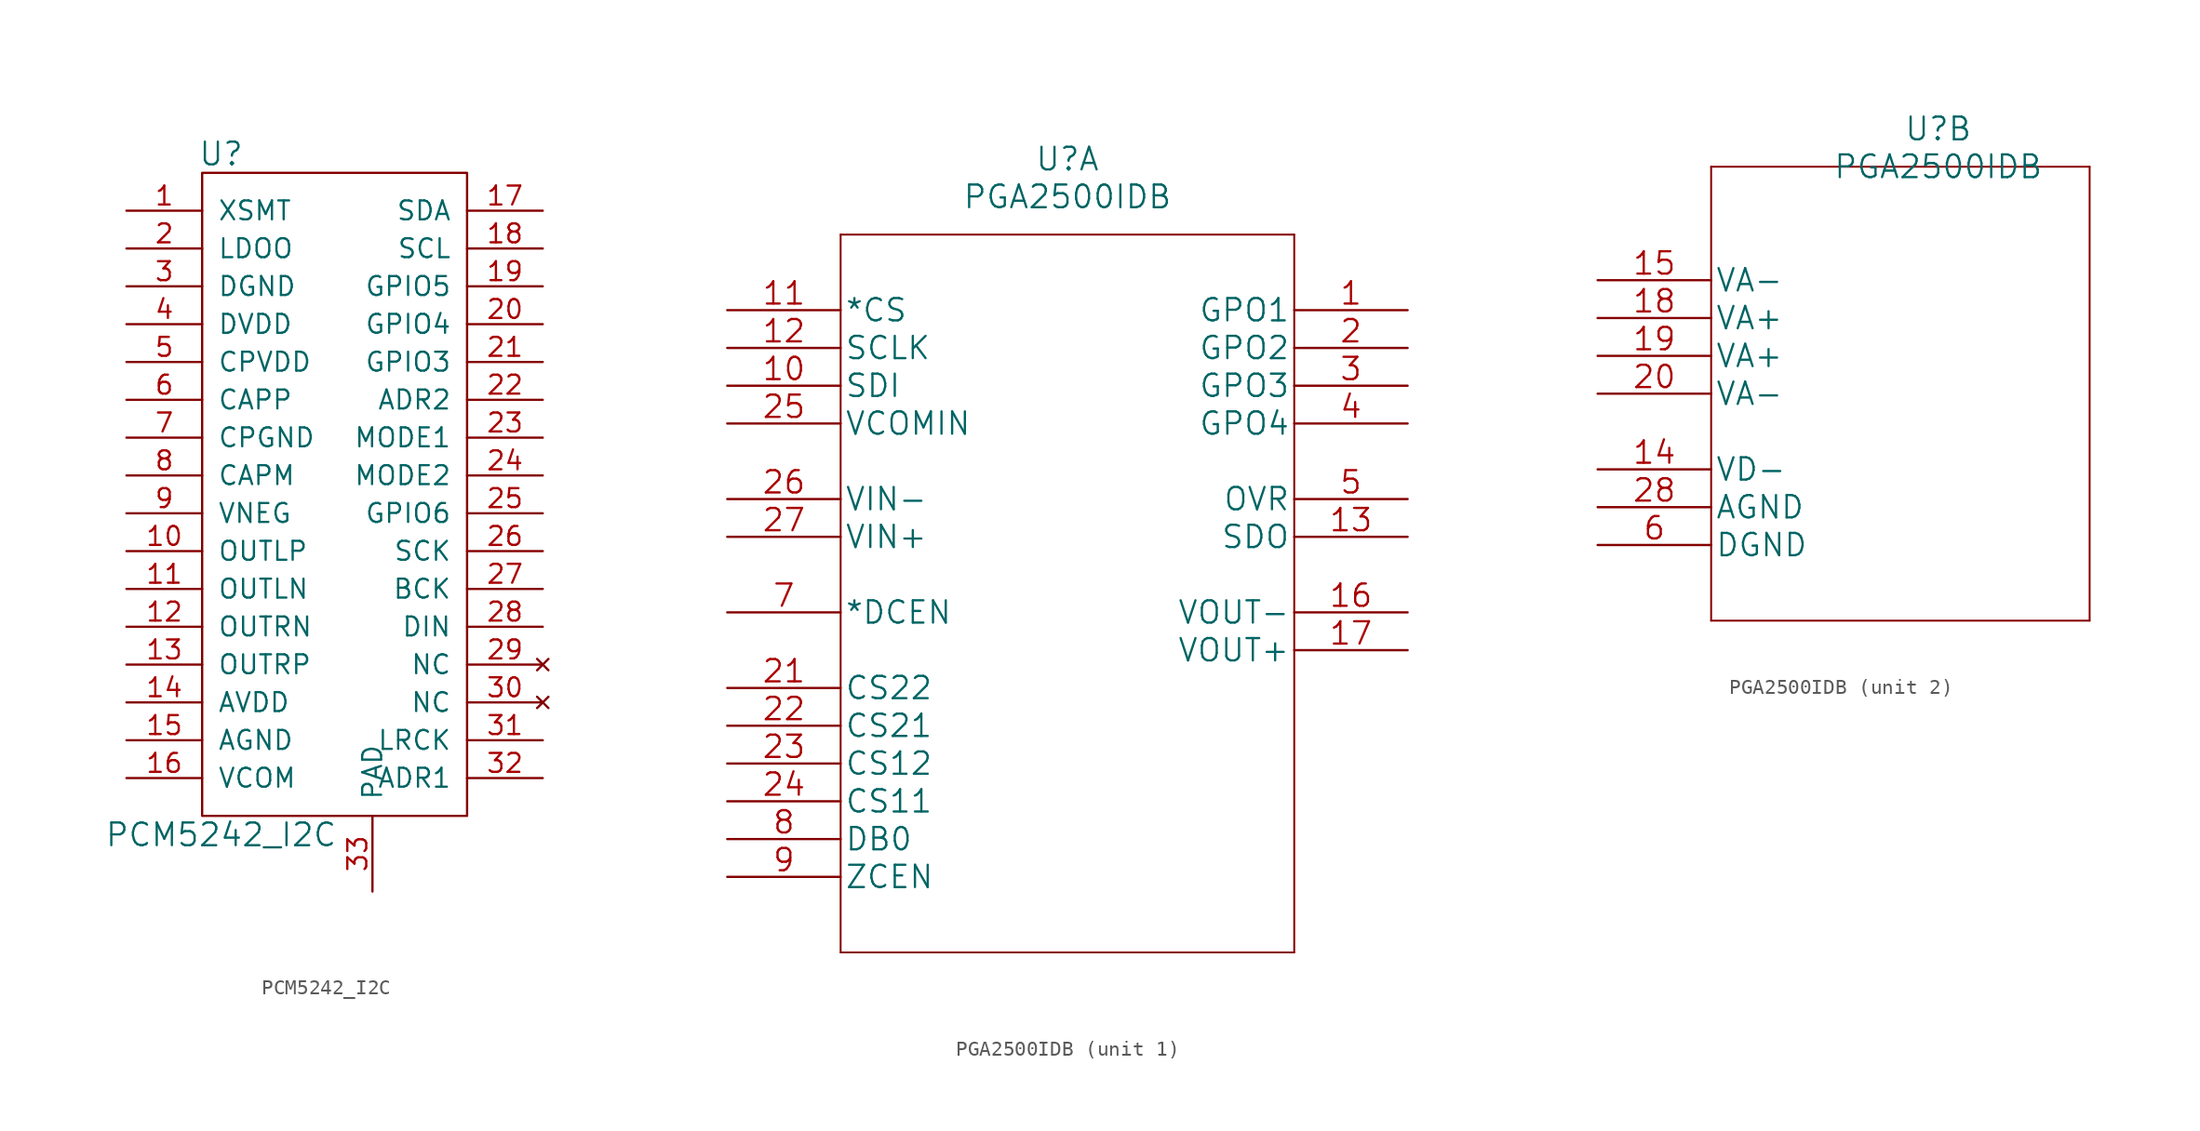
<source format=kicad_sym>
(kicad_symbol_lib
  (version 20211014)
  (generator kicad_symbol_editor)
  (symbol "PCM5242_I2C"
    (pin_names
      (offset 1.016))
    (property "Reference" "U"
      (at -7.62 22.86 0)
      (effects (font (size 1.524 1.524))))
    (property "Value" "PCM5242_I2C"
      (at -7.62 -22.86 0)
      (effects (font (size 1.524 1.524))))
    (symbol "PCM5242_I2C_0_1"
      (rectangle (start -8.89 21.59) (end 8.89 -21.59) (stroke (width 0) (type default) (color 0 0 0 0)) (fill (type none))))
    (symbol "PCM5242_I2C_1_1"
      (pin input line (at -13.97 19.05 0) (length 5.08) (name "XSMT" (effects (font (size 1.27 1.27)))) (number "1" (effects (font (size 1.27 1.27)))))
      (pin output line (at -13.97 -3.81 0) (length 5.08) (name "OUTLP" (effects (font (size 1.27 1.27)))) (number "10" (effects (font (size 1.27 1.27)))))
      (pin output line (at -13.97 -6.35 0) (length 5.08) (name "OUTLN" (effects (font (size 1.27 1.27)))) (number "11" (effects (font (size 1.27 1.27)))))
      (pin output line (at -13.97 -8.89 0) (length 5.08) (name "OUTRN" (effects (font (size 1.27 1.27)))) (number "12" (effects (font (size 1.27 1.27)))))
      (pin output line (at -13.97 -11.43 0) (length 5.08) (name "OUTRP" (effects (font (size 1.27 1.27)))) (number "13" (effects (font (size 1.27 1.27)))))
      (pin power_in line (at -13.97 -13.97 0) (length 5.08) (name "AVDD" (effects (font (size 1.27 1.27)))) (number "14" (effects (font (size 1.27 1.27)))))
      (pin power_in line (at -13.97 -16.51 0) (length 5.08) (name "AGND" (effects (font (size 1.27 1.27)))) (number "15" (effects (font (size 1.27 1.27)))))
      (pin output line (at -13.97 -19.05 0) (length 5.08) (name "VCOM" (effects (font (size 1.27 1.27)))) (number "16" (effects (font (size 1.27 1.27)))))
      (pin bidirectional line (at 13.97 19.05 180) (length 5.08) (name "SDA" (effects (font (size 1.27 1.27)))) (number "17" (effects (font (size 1.27 1.27)))))
      (pin input line (at 13.97 16.51 180) (length 5.08) (name "SCL" (effects (font (size 1.27 1.27)))) (number "18" (effects (font (size 1.27 1.27)))))
      (pin bidirectional line (at 13.97 13.97 180) (length 5.08) (name "GPIO5" (effects (font (size 1.27 1.27)))) (number "19" (effects (font (size 1.27 1.27)))))
      (pin power_out line (at -13.97 16.51 0) (length 5.08) (name "LDOO" (effects (font (size 1.27 1.27)))) (number "2" (effects (font (size 1.27 1.27)))))
      (pin bidirectional line (at 13.97 11.43 180) (length 5.08) (name "GPIO4" (effects (font (size 1.27 1.27)))) (number "20" (effects (font (size 1.27 1.27)))))
      (pin bidirectional line (at 13.97 8.89 180) (length 5.08) (name "GPIO3" (effects (font (size 1.27 1.27)))) (number "21" (effects (font (size 1.27 1.27)))))
      (pin bidirectional line (at 13.97 6.35 180) (length 5.08) (name "ADR2" (effects (font (size 1.27 1.27)))) (number "22" (effects (font (size 1.27 1.27)))))
      (pin input line (at 13.97 3.81 180) (length 5.08) (name "MODE1" (effects (font (size 1.27 1.27)))) (number "23" (effects (font (size 1.27 1.27)))))
      (pin input line (at 13.97 1.27 180) (length 5.08) (name "MODE2" (effects (font (size 1.27 1.27)))) (number "24" (effects (font (size 1.27 1.27)))))
      (pin bidirectional line (at 13.97 -1.27 180) (length 5.08) (name "GPIO6" (effects (font (size 1.27 1.27)))) (number "25" (effects (font (size 1.27 1.27)))))
      (pin input line (at 13.97 -3.81 180) (length 5.08) (name "SCK" (effects (font (size 1.27 1.27)))) (number "26" (effects (font (size 1.27 1.27)))))
      (pin bidirectional line (at 13.97 -6.35 180) (length 5.08) (name "BCK" (effects (font (size 1.27 1.27)))) (number "27" (effects (font (size 1.27 1.27)))))
      (pin input line (at 13.97 -8.89 180) (length 5.08) (name "DIN" (effects (font (size 1.27 1.27)))) (number "28" (effects (font (size 1.27 1.27)))))
      (pin no_connect line (at 13.97 -11.43 180) (length 5.08) (name "NC" (effects (font (size 1.27 1.27)))) (number "29" (effects (font (size 1.27 1.27)))))
      (pin power_in line (at -13.97 13.97 0) (length 5.08) (name "DGND" (effects (font (size 1.27 1.27)))) (number "3" (effects (font (size 1.27 1.27)))))
      (pin no_connect line (at 13.97 -13.97 180) (length 5.08) (name "NC" (effects (font (size 1.27 1.27)))) (number "30" (effects (font (size 1.27 1.27)))))
      (pin bidirectional line (at 13.97 -16.51 180) (length 5.08) (name "LRCK" (effects (font (size 1.27 1.27)))) (number "31" (effects (font (size 1.27 1.27)))))
      (pin bidirectional line (at 13.97 -19.05 180) (length 5.08) (name "ADR1" (effects (font (size 1.27 1.27)))) (number "32" (effects (font (size 1.27 1.27)))))
      (pin power_in line (at 2.54 -26.67 90) (length 5.08) (name "PAD" (effects (font (size 1.27 1.27)))) (number "33" (effects (font (size 1.27 1.27)))))
      (pin power_in line (at -13.97 11.43 0) (length 5.08) (name "DVDD" (effects (font (size 1.27 1.27)))) (number "4" (effects (font (size 1.27 1.27)))))
      (pin power_in line (at -13.97 8.89 0) (length 5.08) (name "CPVDD" (effects (font (size 1.27 1.27)))) (number "5" (effects (font (size 1.27 1.27)))))
      (pin power_out line (at -13.97 6.35 0) (length 5.08) (name "CAPP" (effects (font (size 1.27 1.27)))) (number "6" (effects (font (size 1.27 1.27)))))
      (pin power_in line (at -13.97 3.81 0) (length 5.08) (name "CPGND" (effects (font (size 1.27 1.27)))) (number "7" (effects (font (size 1.27 1.27)))))
      (pin power_out line (at -13.97 1.27 0) (length 5.08) (name "CAPM" (effects (font (size 1.27 1.27)))) (number "8" (effects (font (size 1.27 1.27)))))
      (pin power_out line (at -13.97 -1.27 0) (length 5.08) (name "VNEG" (effects (font (size 1.27 1.27)))) (number "9" (effects (font (size 1.27 1.27)))))))
  (symbol "PGA2500IDB"
    (pin_names
      (offset 0.254))
    (property "Reference" "U"
      (at 22.86 10.16 0)
      (effects (font (size 1.524 1.524))))
    (property "Value" "PGA2500IDB"
      (at 22.86 7.62 0)
      (effects (font (size 1.524 1.524))))
    (property "Datasheet" ""
      (at 0 0 0)
      (effects (font (size 1.524 1.524))))
    (symbol "PGA2500IDB_1_1"
      (polyline (pts (xy 7.62 -43.18) (xy 38.1 -43.18)) (stroke (width 0.127) (type default) (color 0 0 0 0)) (fill (type none)))
      (polyline (pts (xy 7.62 5.08) (xy 7.62 -43.18)) (stroke (width 0.127) (type default) (color 0 0 0 0)) (fill (type none)))
      (polyline (pts (xy 38.1 -43.18) (xy 38.1 5.08)) (stroke (width 0.127) (type default) (color 0 0 0 0)) (fill (type none)))
      (polyline (pts (xy 38.1 5.08) (xy 7.62 5.08)) (stroke (width 0.127) (type default) (color 0 0 0 0)) (fill (type none)))
      (pin output line (at 45.72 0 180) (length 7.62) (name "GPO1" (effects (font (size 1.499 1.499)))) (number "1" (effects (font (size 1.499 1.499)))))
      (pin input line (at 0 -5.08 0) (length 7.62) (name "SDI" (effects (font (size 1.499 1.499)))) (number "10" (effects (font (size 1.499 1.499)))))
      (pin input line (at 0 0 0) (length 7.62) (name "*CS" (effects (font (size 1.499 1.499)))) (number "11" (effects (font (size 1.499 1.499)))))
      (pin input line (at 0 -2.54 0) (length 7.62) (name "SCLK" (effects (font (size 1.499 1.499)))) (number "12" (effects (font (size 1.499 1.499)))))
      (pin output line (at 45.72 -15.24 180) (length 7.62) (name "SDO" (effects (font (size 1.499 1.499)))) (number "13" (effects (font (size 1.499 1.499)))))
      (pin output line (at 45.72 -20.32 180) (length 7.62) (name "VOUT-" (effects (font (size 1.499 1.499)))) (number "16" (effects (font (size 1.499 1.499)))))
      (pin output line (at 45.72 -22.86 180) (length 7.62) (name "VOUT+" (effects (font (size 1.499 1.499)))) (number "17" (effects (font (size 1.499 1.499)))))
      (pin output line (at 45.72 -2.54 180) (length 7.62) (name "GPO2" (effects (font (size 1.499 1.499)))) (number "2" (effects (font (size 1.499 1.499)))))
      (pin unspecified line (at 0 -25.4 0) (length 7.62) (name "CS22" (effects (font (size 1.499 1.499)))) (number "21" (effects (font (size 1.499 1.499)))))
      (pin unspecified line (at 0 -27.94 0) (length 7.62) (name "CS21" (effects (font (size 1.499 1.499)))) (number "22" (effects (font (size 1.499 1.499)))))
      (pin unspecified line (at 0 -30.48 0) (length 7.62) (name "CS12" (effects (font (size 1.499 1.499)))) (number "23" (effects (font (size 1.499 1.499)))))
      (pin unspecified line (at 0 -33.02 0) (length 7.62) (name "CS11" (effects (font (size 1.499 1.499)))) (number "24" (effects (font (size 1.499 1.499)))))
      (pin input line (at 0 -7.62 0) (length 7.62) (name "VCOMIN" (effects (font (size 1.499 1.499)))) (number "25" (effects (font (size 1.499 1.499)))))
      (pin input line (at 0 -12.7 0) (length 7.62) (name "VIN-" (effects (font (size 1.499 1.499)))) (number "26" (effects (font (size 1.499 1.499)))))
      (pin input line (at 0 -15.24 0) (length 7.62) (name "VIN+" (effects (font (size 1.499 1.499)))) (number "27" (effects (font (size 1.499 1.499)))))
      (pin output line (at 45.72 -5.08 180) (length 7.62) (name "GPO3" (effects (font (size 1.499 1.499)))) (number "3" (effects (font (size 1.499 1.499)))))
      (pin output line (at 45.72 -7.62 180) (length 7.62) (name "GPO4" (effects (font (size 1.499 1.499)))) (number "4" (effects (font (size 1.499 1.499)))))
      (pin output line (at 45.72 -12.7 180) (length 7.62) (name "OVR" (effects (font (size 1.499 1.499)))) (number "5" (effects (font (size 1.499 1.499)))))
      (pin unspecified line (at 0 -20.32 0) (length 7.62) (name "*DCEN" (effects (font (size 1.499 1.499)))) (number "7" (effects (font (size 1.499 1.499)))))
      (pin unspecified line (at 0 -35.56 0) (length 7.62) (name "DB0" (effects (font (size 1.499 1.499)))) (number "8" (effects (font (size 1.499 1.499)))))
      (pin unspecified line (at 0 -38.1 0) (length 7.62) (name "ZCEN" (effects (font (size 1.499 1.499)))) (number "9" (effects (font (size 1.499 1.499))))))
    (symbol "PGA2500IDB_2_1"
      (polyline (pts (xy 7.62 -22.86) (xy 33.02 -22.86)) (stroke (width 0.127) (type default) (color 0 0 0 0)) (fill (type none)))
      (polyline (pts (xy 7.62 7.62) (xy 7.62 -22.86)) (stroke (width 0.127) (type default) (color 0 0 0 0)) (fill (type none)))
      (polyline (pts (xy 33.02 -22.86) (xy 33.02 7.62)) (stroke (width 0.127) (type default) (color 0 0 0 0)) (fill (type none)))
      (polyline (pts (xy 33.02 7.62) (xy 7.62 7.62)) (stroke (width 0.127) (type default) (color 0 0 0 0)) (fill (type none)))
      (pin power_in line (at 0 -12.7 0) (length 7.62) (name "VD-" (effects (font (size 1.499 1.499)))) (number "14" (effects (font (size 1.499 1.499)))))
      (pin power_in line (at 0 0 0) (length 7.62) (name "VA-" (effects (font (size 1.499 1.499)))) (number "15" (effects (font (size 1.499 1.499)))))
      (pin power_in line (at 0 -2.54 0) (length 7.62) (name "VA+" (effects (font (size 1.499 1.499)))) (number "18" (effects (font (size 1.499 1.499)))))
      (pin power_in line (at 0 -5.08 0) (length 7.62) (name "VA+" (effects (font (size 1.499 1.499)))) (number "19" (effects (font (size 1.499 1.499)))))
      (pin power_in line (at 0 -7.62 0) (length 7.62) (name "VA-" (effects (font (size 1.499 1.499)))) (number "20" (effects (font (size 1.499 1.499)))))
      (pin power_in line (at 0 -15.24 0) (length 7.62) (name "AGND" (effects (font (size 1.499 1.499)))) (number "28" (effects (font (size 1.499 1.499)))))
      (pin power_in line (at 0 -17.78 0) (length 7.62) (name "DGND" (effects (font (size 1.499 1.499)))) (number "6" (effects (font (size 1.499 1.499))))))))
</source>
